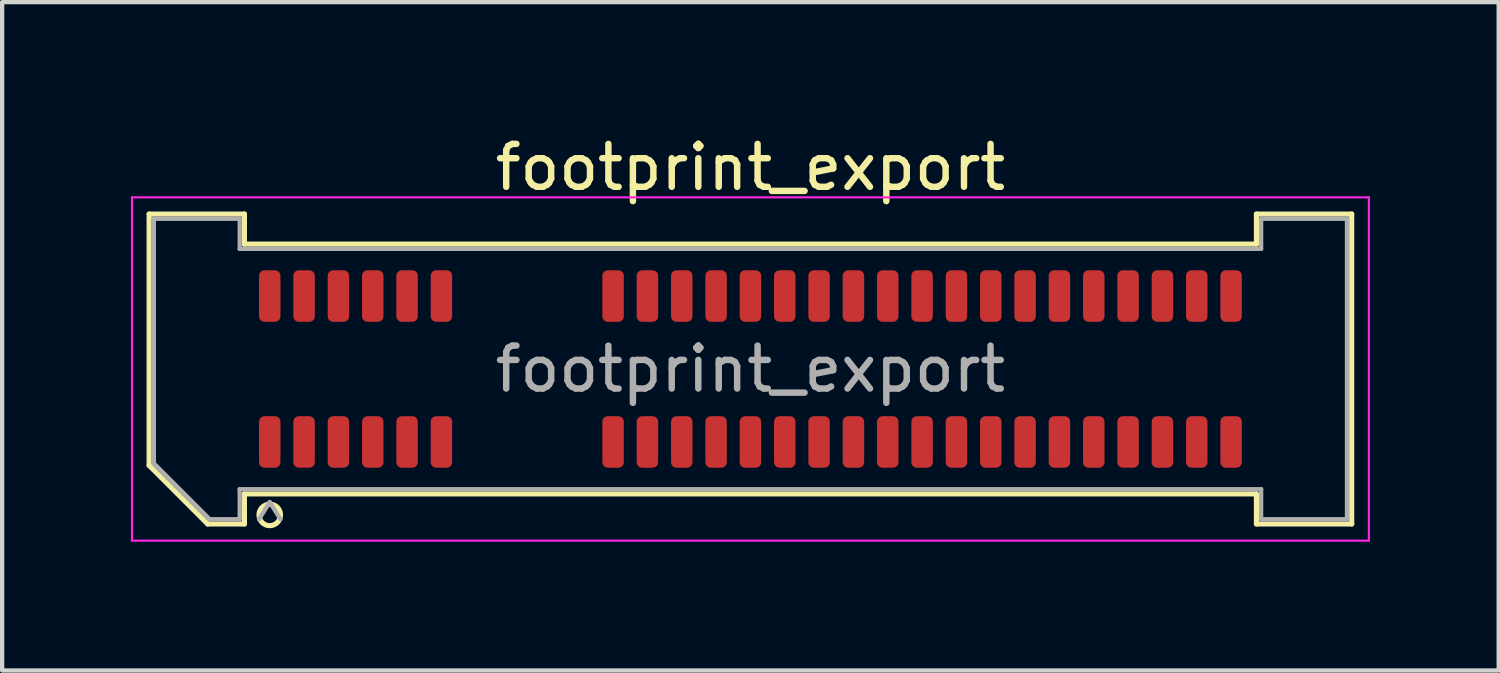
<source format=kicad_pcb>
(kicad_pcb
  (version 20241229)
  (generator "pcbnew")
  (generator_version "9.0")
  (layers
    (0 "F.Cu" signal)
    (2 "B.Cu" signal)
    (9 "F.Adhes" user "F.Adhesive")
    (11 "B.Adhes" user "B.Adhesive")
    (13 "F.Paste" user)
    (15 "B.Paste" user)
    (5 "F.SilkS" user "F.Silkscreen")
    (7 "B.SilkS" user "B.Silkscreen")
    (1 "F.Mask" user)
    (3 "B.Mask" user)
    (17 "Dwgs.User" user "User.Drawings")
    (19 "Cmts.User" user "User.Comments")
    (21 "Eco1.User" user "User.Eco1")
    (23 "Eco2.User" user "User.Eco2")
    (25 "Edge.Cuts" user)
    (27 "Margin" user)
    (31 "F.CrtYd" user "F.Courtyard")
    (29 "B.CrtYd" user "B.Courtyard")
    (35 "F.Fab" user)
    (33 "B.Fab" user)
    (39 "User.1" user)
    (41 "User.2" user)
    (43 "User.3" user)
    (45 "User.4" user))
  (footprint "footprint_export"
    (layer "F.Cu")
    (at 14.435 5.548)
    (property "Reference" "footprint_export" (at 0 -4.7 0) (layer "F.SilkS") (effects (font (size 1 1) (thickness 0.15))))
    (attr smd)
    (fp_line (start -14.01 -3.61) (end -11.79 -3.61) (stroke (width 0.12) (type solid)) (layer "F.SilkS"))
    (fp_line (start -14.01 2.246) (end -14.01 -3.61) (stroke (width 0.12) (type solid)) (layer "F.SilkS"))
    (fp_line (start -12.646 3.61) (end -14.01 2.246) (stroke (width 0.12) (type solid)) (layer "F.SilkS"))
    (fp_line (start -11.79 -3.61) (end -11.79 -2.91) (stroke (width 0.12) (type solid)) (layer "F.SilkS"))
    (fp_line (start -11.79 -2.91) (end 11.79 -2.91) (stroke (width 0.12) (type solid)) (layer "F.SilkS"))
    (fp_line (start -11.79 2.91) (end -11.79 3.61) (stroke (width 0.12) (type solid)) (layer "F.SilkS"))
    (fp_line (start -11.79 3.61) (end -12.646 3.61) (stroke (width 0.12) (type solid)) (layer "F.SilkS"))
    (fp_line (start 11.79 -3.61) (end 14.01 -3.61) (stroke (width 0.12) (type solid)) (layer "F.SilkS"))
    (fp_line (start 11.79 -2.91) (end 11.79 -3.61) (stroke (width 0.12) (type solid)) (layer "F.SilkS"))
    (fp_line (start 11.79 2.91) (end -11.79 2.91) (stroke (width 0.12) (type solid)) (layer "F.SilkS"))
    (fp_line (start 11.79 3.61) (end 11.79 2.91) (stroke (width 0.12) (type solid)) (layer "F.SilkS"))
    (fp_line (start 14.01 -3.61) (end 14.01 3.61) (stroke (width 0.12) (type solid)) (layer "F.SilkS"))
    (fp_line (start 14.01 3.61) (end 11.79 3.61) (stroke (width 0.12) (type solid)) (layer "F.SilkS"))
    (fp_arc (start -10.95 3.4) (mid -11.45 3.4) (end -10.95 3.4) (stroke (width 0.12) (type solid)) (layer "F.SilkS"))
    (fp_line (start -14.41 -4) (end -14.41 4) (stroke (width 0.05) (type solid)) (layer "F.CrtYd"))
    (fp_line (start -14.41 4) (end 14.41 4) (stroke (width 0.05) (type solid)) (layer "F.CrtYd"))
    (fp_line (start 14.41 -4) (end -14.41 -4) (stroke (width 0.05) (type solid)) (layer "F.CrtYd"))
    (fp_line (start 14.41 4) (end 14.41 -4) (stroke (width 0.05) (type solid)) (layer "F.CrtYd"))
    (fp_line (start -13.9 -3.5) (end -11.9 -3.5) (stroke (width 0.1) (type solid)) (layer "F.Fab"))
    (fp_line (start -13.9 2.2) (end -13.9 -3.5) (stroke (width 0.1) (type solid)) (layer "F.Fab"))
    (fp_line (start -12.6 3.5) (end -13.9 2.2) (stroke (width 0.1) (type solid)) (layer "F.Fab"))
    (fp_line (start -11.9 -3.5) (end -11.9 -2.8) (stroke (width 0.1) (type solid)) (layer "F.Fab"))
    (fp_line (start -11.9 -2.8) (end 11.9 -2.8) (stroke (width 0.1) (type solid)) (layer "F.Fab"))
    (fp_line (start -11.9 2.8) (end -11.9 3.5) (stroke (width 0.1) (type solid)) (layer "F.Fab"))
    (fp_line (start -11.9 3.5) (end -12.6 3.5) (stroke (width 0.1) (type solid)) (layer "F.Fab"))
    (fp_line (start -11.2 3.1) (end -11.45 3.5) (stroke (width 0.1) (type solid)) (layer "F.Fab"))
    (fp_line (start -11.2 3.1) (end -10.95 3.5) (stroke (width 0.1) (type solid)) (layer "F.Fab"))
    (fp_line (start 11.9 -3.5) (end 13.9 -3.5) (stroke (width 0.1) (type solid)) (layer "F.Fab"))
    (fp_line (start 11.9 -2.8) (end 11.9 -3.5) (stroke (width 0.1) (type solid)) (layer "F.Fab"))
    (fp_line (start 11.9 2.8) (end -11.9 2.8) (stroke (width 0.1) (type solid)) (layer "F.Fab"))
    (fp_line (start 11.9 3.5) (end 11.9 2.8) (stroke (width 0.1) (type solid)) (layer "F.Fab"))
    (fp_line (start 13.9 -3.5) (end 13.9 3.5) (stroke (width 0.1) (type solid)) (layer "F.Fab"))
    (fp_line (start 13.9 3.5) (end 11.9 3.5) (stroke (width 0.1) (type solid)) (layer "F.Fab"))
    (fp_text user "${REFERENCE}" (at 0 0 0) (layer "F.Fab") (effects (font (size 1 1) (thickness 0.15))))
    (pad "1" smd roundrect (at -11.2 1.7) (size 0.5 1.2) (layers "F.Cu" "F.Mask" "F.Paste") (roundrect_rratio 0.25))
    (pad "2" smd roundrect (at -11.2 -1.7) (size 0.5 1.2) (layers "F.Cu" "F.Mask" "F.Paste") (roundrect_rratio 0.25))
    (pad "3" smd roundrect (at -10.4 1.7) (size 0.5 1.2) (layers "F.Cu" "F.Mask" "F.Paste") (roundrect_rratio 0.25))
    (pad "4" smd roundrect (at -10.4 -1.7) (size 0.5 1.2) (layers "F.Cu" "F.Mask" "F.Paste") (roundrect_rratio 0.25))
    (pad "5" smd roundrect (at -9.6 1.7) (size 0.5 1.2) (layers "F.Cu" "F.Mask" "F.Paste") (roundrect_rratio 0.25))
    (pad "6" smd roundrect (at -9.6 -1.7) (size 0.5 1.2) (layers "F.Cu" "F.Mask" "F.Paste") (roundrect_rratio 0.25))
    (pad "7" smd roundrect (at -8.8 1.7) (size 0.5 1.2) (layers "F.Cu" "F.Mask" "F.Paste") (roundrect_rratio 0.25))
    (pad "8" smd roundrect (at -8.8 -1.7) (size 0.5 1.2) (layers "F.Cu" "F.Mask" "F.Paste") (roundrect_rratio 0.25))
    (pad "9" smd roundrect (at -8 1.7) (size 0.5 1.2) (layers "F.Cu" "F.Mask" "F.Paste") (roundrect_rratio 0.25))
    (pad "10" smd roundrect (at -8 -1.7) (size 0.5 1.2) (layers "F.Cu" "F.Mask" "F.Paste") (roundrect_rratio 0.25))
    (pad "11" smd roundrect (at -7.2 1.7) (size 0.5 1.2) (layers "F.Cu" "F.Mask" "F.Paste") (roundrect_rratio 0.25))
    (pad "12" smd roundrect (at -7.2 -1.7) (size 0.5 1.2) (layers "F.Cu" "F.Mask" "F.Paste") (roundrect_rratio 0.25))
    (pad "13" smd roundrect (at -3.2 1.7) (size 0.5 1.2) (layers "F.Cu" "F.Mask" "F.Paste") (roundrect_rratio 0.25))
    (pad "14" smd roundrect (at -3.2 -1.7) (size 0.5 1.2) (layers "F.Cu" "F.Mask" "F.Paste") (roundrect_rratio 0.25))
    (pad "15" smd roundrect (at -2.4 1.7) (size 0.5 1.2) (layers "F.Cu" "F.Mask" "F.Paste") (roundrect_rratio 0.25))
    (pad "16" smd roundrect (at -2.4 -1.7) (size 0.5 1.2) (layers "F.Cu" "F.Mask" "F.Paste") (roundrect_rratio 0.25))
    (pad "17" smd roundrect (at -1.6 1.7) (size 0.5 1.2) (layers "F.Cu" "F.Mask" "F.Paste") (roundrect_rratio 0.25))
    (pad "18" smd roundrect (at -1.6 -1.7) (size 0.5 1.2) (layers "F.Cu" "F.Mask" "F.Paste") (roundrect_rratio 0.25))
    (pad "19" smd roundrect (at -0.8 1.7) (size 0.5 1.2) (layers "F.Cu" "F.Mask" "F.Paste") (roundrect_rratio 0.25))
    (pad "20" smd roundrect (at -0.8 -1.7) (size 0.5 1.2) (layers "F.Cu" "F.Mask" "F.Paste") (roundrect_rratio 0.25))
    (pad "21" smd roundrect (at 0 1.7) (size 0.5 1.2) (layers "F.Cu" "F.Mask" "F.Paste") (roundrect_rratio 0.25))
    (pad "22" smd roundrect (at 0 -1.7) (size 0.5 1.2) (layers "F.Cu" "F.Mask" "F.Paste") (roundrect_rratio 0.25))
    (pad "23" smd roundrect (at 0.8 1.7) (size 0.5 1.2) (layers "F.Cu" "F.Mask" "F.Paste") (roundrect_rratio 0.25))
    (pad "24" smd roundrect (at 0.8 -1.7) (size 0.5 1.2) (layers "F.Cu" "F.Mask" "F.Paste") (roundrect_rratio 0.25))
    (pad "25" smd roundrect (at 1.6 1.7) (size 0.5 1.2) (layers "F.Cu" "F.Mask" "F.Paste") (roundrect_rratio 0.25))
    (pad "26" smd roundrect (at 1.6 -1.7) (size 0.5 1.2) (layers "F.Cu" "F.Mask" "F.Paste") (roundrect_rratio 0.25))
    (pad "27" smd roundrect (at 2.4 1.7) (size 0.5 1.2) (layers "F.Cu" "F.Mask" "F.Paste") (roundrect_rratio 0.25))
    (pad "28" smd roundrect (at 2.4 -1.7) (size 0.5 1.2) (layers "F.Cu" "F.Mask" "F.Paste") (roundrect_rratio 0.25))
    (pad "29" smd roundrect (at 3.2 1.7) (size 0.5 1.2) (layers "F.Cu" "F.Mask" "F.Paste") (roundrect_rratio 0.25))
    (pad "30" smd roundrect (at 3.2 -1.7) (size 0.5 1.2) (layers "F.Cu" "F.Mask" "F.Paste") (roundrect_rratio 0.25))
    (pad "31" smd roundrect (at 4 1.7) (size 0.5 1.2) (layers "F.Cu" "F.Mask" "F.Paste") (roundrect_rratio 0.25))
    (pad "32" smd roundrect (at 4 -1.7) (size 0.5 1.2) (layers "F.Cu" "F.Mask" "F.Paste") (roundrect_rratio 0.25))
    (pad "33" smd roundrect (at 4.8 1.7) (size 0.5 1.2) (layers "F.Cu" "F.Mask" "F.Paste") (roundrect_rratio 0.25))
    (pad "34" smd roundrect (at 4.8 -1.7) (size 0.5 1.2) (layers "F.Cu" "F.Mask" "F.Paste") (roundrect_rratio 0.25))
    (pad "35" smd roundrect (at 5.6 1.7) (size 0.5 1.2) (layers "F.Cu" "F.Mask" "F.Paste") (roundrect_rratio 0.25))
    (pad "36" smd roundrect (at 5.6 -1.7) (size 0.5 1.2) (layers "F.Cu" "F.Mask" "F.Paste") (roundrect_rratio 0.25))
    (pad "37" smd roundrect (at 6.4 1.7) (size 0.5 1.2) (layers "F.Cu" "F.Mask" "F.Paste") (roundrect_rratio 0.25))
    (pad "38" smd roundrect (at 6.4 -1.7) (size 0.5 1.2) (layers "F.Cu" "F.Mask" "F.Paste") (roundrect_rratio 0.25))
    (pad "39" smd roundrect (at 7.2 1.7) (size 0.5 1.2) (layers "F.Cu" "F.Mask" "F.Paste") (roundrect_rratio 0.25))
    (pad "40" smd roundrect (at 7.2 -1.7) (size 0.5 1.2) (layers "F.Cu" "F.Mask" "F.Paste") (roundrect_rratio 0.25))
    (pad "41" smd roundrect (at 8 1.7) (size 0.5 1.2) (layers "F.Cu" "F.Mask" "F.Paste") (roundrect_rratio 0.25))
    (pad "42" smd roundrect (at 8 -1.7) (size 0.5 1.2) (layers "F.Cu" "F.Mask" "F.Paste") (roundrect_rratio 0.25))
    (pad "43" smd roundrect (at 8.8 1.7) (size 0.5 1.2) (layers "F.Cu" "F.Mask" "F.Paste") (roundrect_rratio 0.25))
    (pad "44" smd roundrect (at 8.8 -1.7) (size 0.5 1.2) (layers "F.Cu" "F.Mask" "F.Paste") (roundrect_rratio 0.25))
    (pad "45" smd roundrect (at 9.6 1.7) (size 0.5 1.2) (layers "F.Cu" "F.Mask" "F.Paste") (roundrect_rratio 0.25))
    (pad "46" smd roundrect (at 9.6 -1.7) (size 0.5 1.2) (layers "F.Cu" "F.Mask" "F.Paste") (roundrect_rratio 0.25))
    (pad "47" smd roundrect (at 10.4 1.7) (size 0.5 1.2) (layers "F.Cu" "F.Mask" "F.Paste") (roundrect_rratio 0.25))
    (pad "48" smd roundrect (at 10.4 -1.7) (size 0.5 1.2) (layers "F.Cu" "F.Mask" "F.Paste") (roundrect_rratio 0.25))
    (pad "49" smd roundrect (at 11.2 1.7) (size 0.5 1.2) (layers "F.Cu" "F.Mask" "F.Paste") (roundrect_rratio 0.25))
    (pad "50" smd roundrect (at 11.2 -1.7) (size 0.5 1.2) (layers "F.Cu" "F.Mask" "F.Paste") (roundrect_rratio 0.25)))
  (gr_rect
    (start -3 -3)
    (end 31.87 12.573)
    (stroke (width 0.1) (type default))
    (fill no)
    (layer "Edge.Cuts")))
</source>
